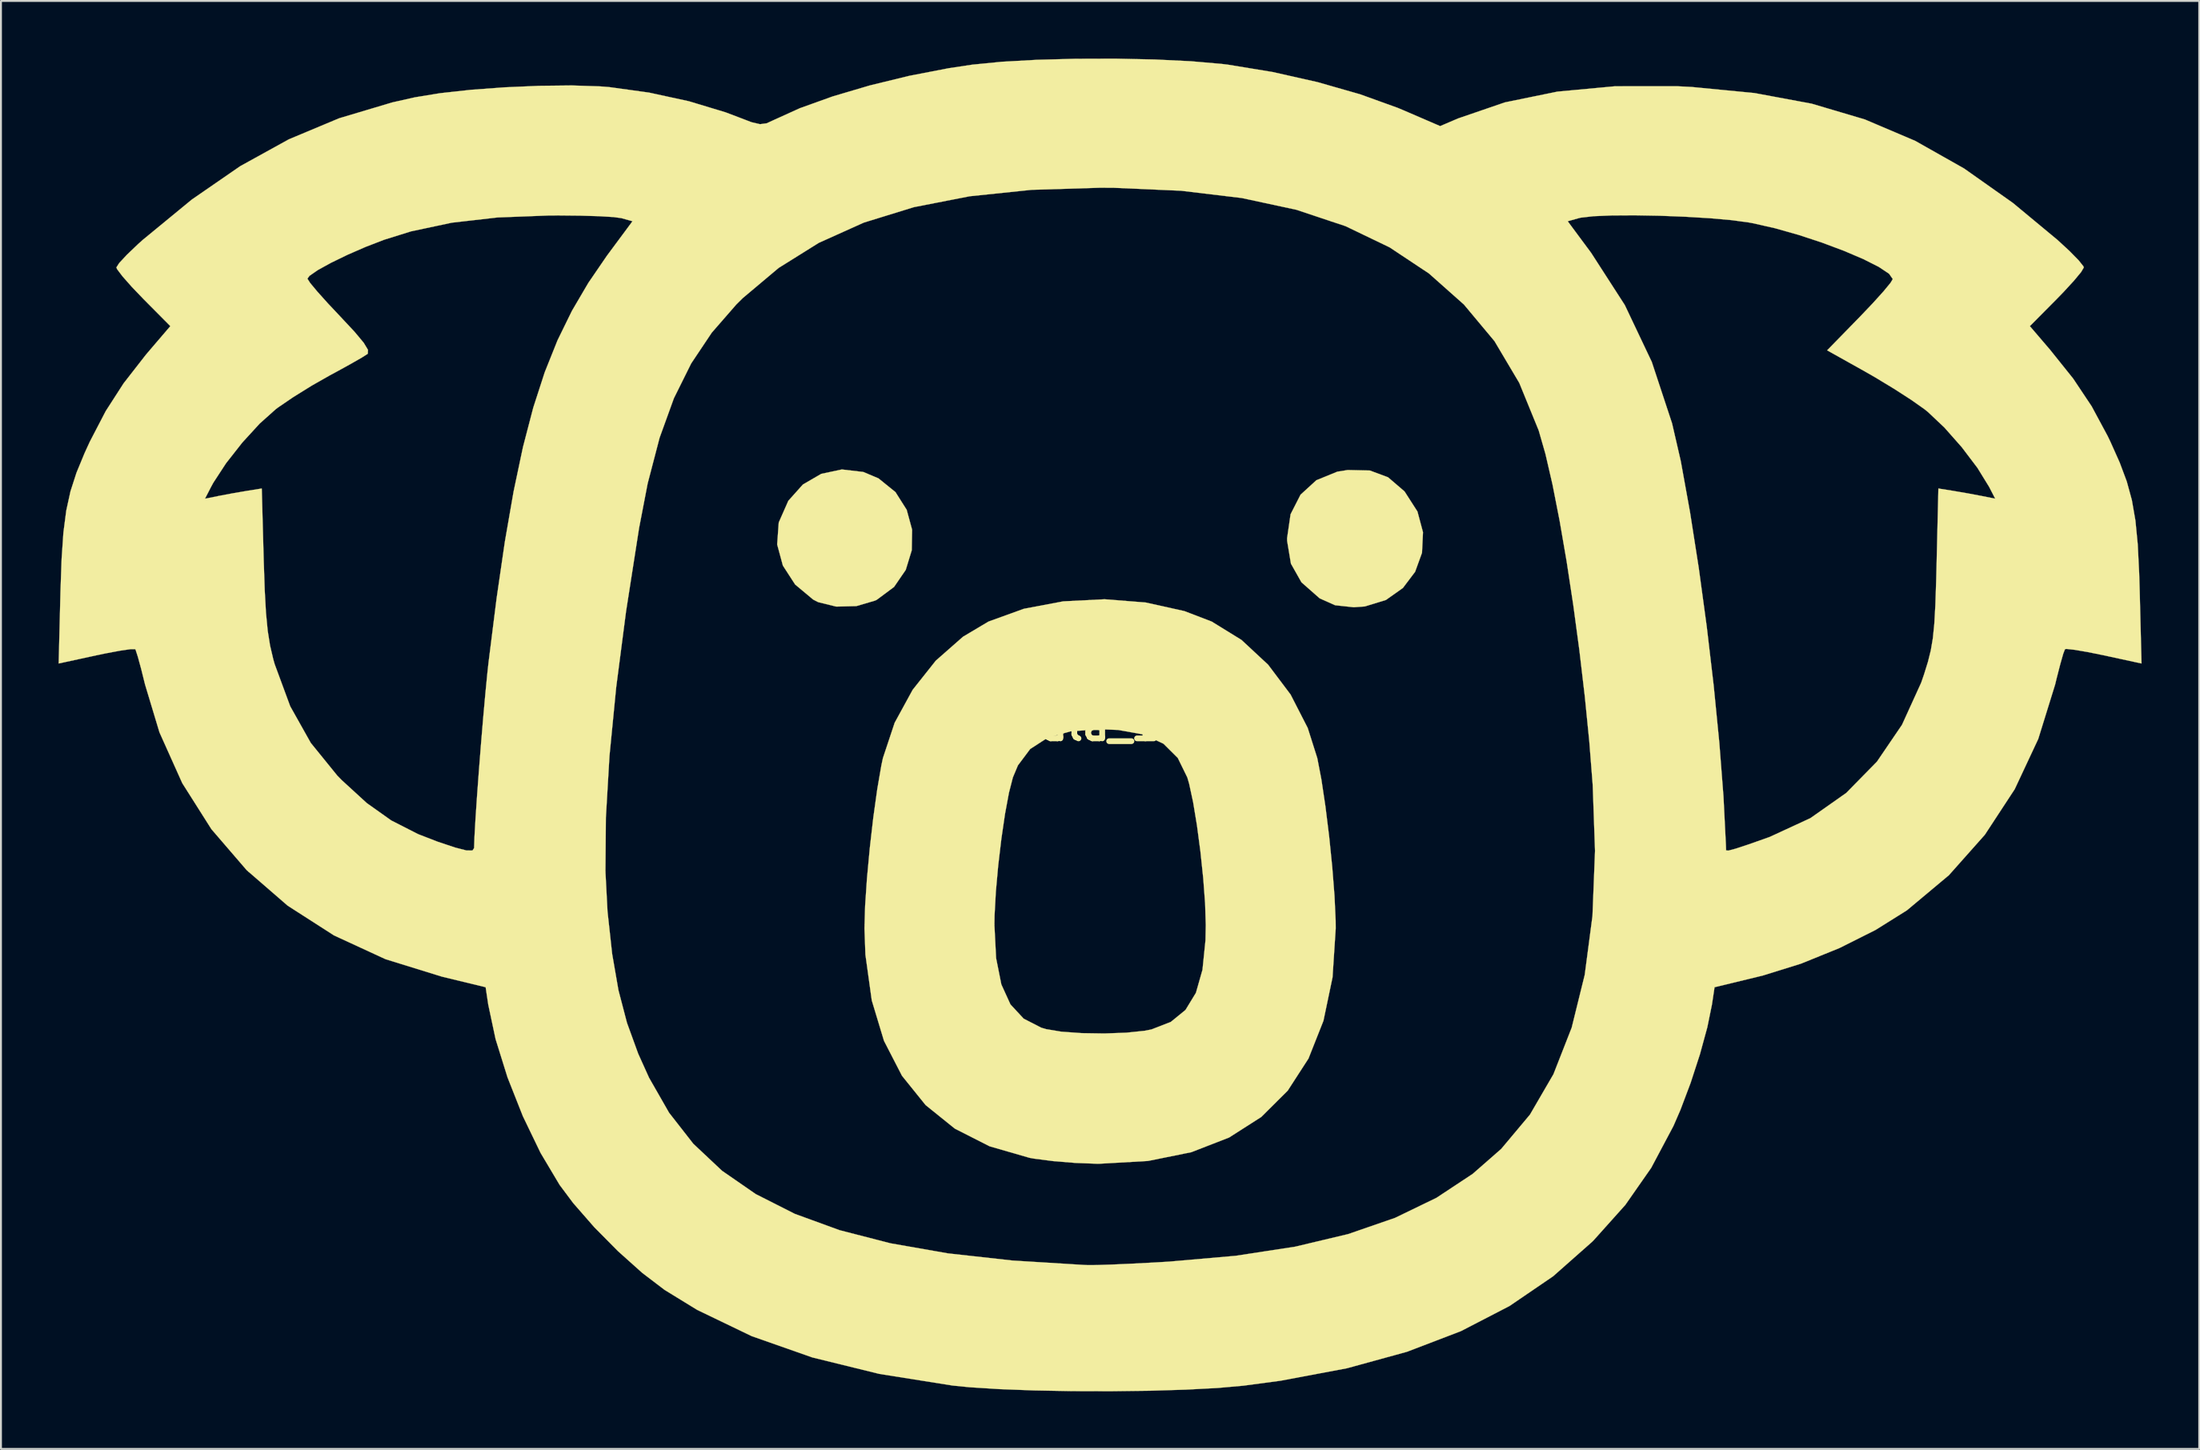
<source format=kicad_pcb>
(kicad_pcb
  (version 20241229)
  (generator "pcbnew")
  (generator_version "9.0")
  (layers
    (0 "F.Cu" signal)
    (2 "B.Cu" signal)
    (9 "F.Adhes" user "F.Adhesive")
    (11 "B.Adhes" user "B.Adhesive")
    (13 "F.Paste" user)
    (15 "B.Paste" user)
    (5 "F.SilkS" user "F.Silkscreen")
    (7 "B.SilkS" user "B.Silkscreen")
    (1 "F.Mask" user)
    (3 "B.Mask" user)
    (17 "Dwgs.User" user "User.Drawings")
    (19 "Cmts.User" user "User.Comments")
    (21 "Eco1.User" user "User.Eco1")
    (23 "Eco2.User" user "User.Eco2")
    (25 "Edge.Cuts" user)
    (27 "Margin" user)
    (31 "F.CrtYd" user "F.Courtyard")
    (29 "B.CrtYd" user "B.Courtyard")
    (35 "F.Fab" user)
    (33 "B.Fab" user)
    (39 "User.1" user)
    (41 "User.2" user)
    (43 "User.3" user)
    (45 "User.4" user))
  (footprint "Koala_120"
    (layer "F.Cu")
    (at 54.232 34.711)
    (property "Reference" "Koala_120" (at 0 0 0) (layer "F.SilkS") (effects (font (size 1.524 1.524) (thickness 0.3))))
    (attr through_hole)
    (fp_poly (pts (xy -12.328 -13.183) (xy -11.54 -12.851) (xy -10.654 -12.134) (xy -10.071 -11.214) (xy -9.789 -10.177) (xy -9.807 -9.106) (xy -10.12 -8.084) (xy -10.728 -7.197) (xy -11.628 -6.528) (xy -11.715 -6.486) (xy -12.691 -6.199) (xy -13.738 -6.173) (xy -14.681 -6.405) (xy -14.941 -6.539) (xy -15.88 -7.324) (xy -16.518 -8.31) (xy -16.815 -9.409) (xy -16.735 -10.534) (xy -16.724 -10.574) (xy -16.234 -11.683) (xy -15.475 -12.531) (xy -14.521 -13.085) (xy -13.447 -13.314) (xy -12.328 -13.183)) (stroke (width 0.01) (type solid)) (fill yes) (layer "F.SilkS"))
    (fp_poly (pts (xy 14.048 -13.259) (xy 14.993 -12.907) (xy 15.831 -12.189) (xy 15.867 -12.148) (xy 16.524 -11.125) (xy 16.813 -10.045) (xy 16.762 -8.975) (xy 16.403 -7.985) (xy 15.767 -7.143) (xy 14.883 -6.518) (xy 13.782 -6.18) (xy 13.208 -6.139) (xy 12.236 -6.244) (xy 11.455 -6.592) (xy 11.413 -6.62) (xy 10.485 -7.437) (xy 9.937 -8.408) (xy 9.739 -9.591) (xy 9.737 -9.737) (xy 9.918 -10.982) (xy 10.437 -12) (xy 11.26 -12.753) (xy 12.35 -13.198) (xy 12.893 -13.285) (xy 14.048 -13.259)) (stroke (width 0.01) (type solid)) (fill yes) (layer "F.SilkS"))
    (fp_poly (pts (xy 2.371 -6.386) (xy 4.387 -5.939) (xy 5.812 -5.393) (xy 7.362 -4.437) (xy 8.75 -3.146) (xy 9.919 -1.593) (xy 10.811 0.147) (xy 11.309 1.717) (xy 11.522 2.823) (xy 11.732 4.223) (xy 11.926 5.788) (xy 12.088 7.388) (xy 12.206 8.895) (xy 12.265 10.179) (xy 12.269 10.583) (xy 12.103 13.134) (xy 11.63 15.395) (xy 10.851 17.362) (xy 9.77 19.033) (xy 8.391 20.405) (xy 6.716 21.475) (xy 4.748 22.24) (xy 2.491 22.696) (xy -0.053 22.841) (xy -0.177 22.84) (xy -1.284 22.798) (xy -2.435 22.704) (xy -3.427 22.576) (xy -3.675 22.532) (xy -5.758 21.93) (xy -7.564 21.012) (xy -9.085 19.786) (xy -10.316 18.259) (xy -11.253 16.44) (xy -11.889 14.334) (xy -12.22 11.951) (xy -12.269 10.583) (xy -12.264 10.406) (xy -5.503 10.406) (xy -5.415 12.133) (xy -5.142 13.503) (xy -4.668 14.543) (xy -3.98 15.285) (xy -3.063 15.756) (xy -2.814 15.83) (xy -2.019 15.963) (xy -0.956 16.039) (xy 0.223 16.057) (xy 1.366 16.016) (xy 2.322 15.916) (xy 2.674 15.846) (xy 3.68 15.456) (xy 4.446 14.832) (xy 4.99 13.939) (xy 5.331 12.74) (xy 5.488 11.2) (xy 5.503 10.406) (xy 5.468 9.284) (xy 5.37 7.972) (xy 5.224 6.581) (xy 5.044 5.223) (xy 4.844 4.012) (xy 4.638 3.057) (xy 4.542 2.724) (xy 4.045 1.709) (xy 3.302 0.97) (xy 2.279 0.491) (xy 0.942 0.251) (xy 0 0.214) (xy -1.536 0.322) (xy -2.739 0.659) (xy -3.641 1.244) (xy -4.278 2.095) (xy -4.542 2.724) (xy -4.745 3.515) (xy -4.95 4.618) (xy -5.141 5.92) (xy -5.305 7.308) (xy -5.428 8.672) (xy -5.495 9.9) (xy -5.503 10.406) (xy -12.264 10.406) (xy -12.236 9.419) (xy -12.139 7.982) (xy -11.992 6.402) (xy -11.809 4.809) (xy -11.603 3.331) (xy -11.39 2.097) (xy -11.309 1.717) (xy -10.697 -0.124) (xy -9.759 -1.841) (xy -8.554 -3.359) (xy -7.138 -4.604) (xy -5.812 -5.393) (xy -3.969 -6.059) (xy -1.917 -6.446) (xy 0.233 -6.555) (xy 2.371 -6.386)) (stroke (width 0.01) (type solid)) (fill yes) (layer "F.SilkS"))
    (fp_poly (pts (xy 2.844 -34.663) (xy 4.726 -34.572) (xy 6.33 -34.433) (xy 6.651 -34.394) (xy 8.978 -34.012) (xy 11.32 -33.485) (xy 13.54 -32.85) (xy 15.5 -32.143) (xy 15.809 -32.013) (xy 17.707 -31.194) (xy 18.643 -31.594) (xy 21.079 -32.43) (xy 23.815 -32.99) (xy 26.826 -33.27) (xy 30.089 -33.268) (xy 30.812 -33.231) (xy 34.071 -32.916) (xy 37.051 -32.362) (xy 39.818 -31.542) (xy 42.441 -30.426) (xy 44.988 -28.987) (xy 47.527 -27.195) (xy 49.857 -25.262) (xy 50.476 -24.691) (xy 50.949 -24.209) (xy 51.201 -23.893) (xy 51.223 -23.833) (xy 51.083 -23.595) (xy 50.705 -23.14) (xy 50.158 -22.545) (xy 49.818 -22.195) (xy 48.412 -20.778) (xy 49.468 -19.544) (xy 50.668 -18.046) (xy 51.628 -16.607) (xy 52.464 -15.054) (xy 52.604 -14.763) (xy 53.091 -13.673) (xy 53.459 -12.689) (xy 53.725 -11.715) (xy 53.909 -10.656) (xy 54.03 -9.415) (xy 54.105 -7.897) (xy 54.133 -6.95) (xy 54.227 -3.21) (xy 52.282 -3.632) (xy 51.43 -3.805) (xy 50.746 -3.922) (xy 50.326 -3.968) (xy 50.242 -3.957) (xy 50.152 -3.721) (xy 49.996 -3.174) (xy 49.802 -2.419) (xy 49.73 -2.118) (xy 48.85 0.719) (xy 47.624 3.336) (xy 46.069 5.709) (xy 44.198 7.814) (xy 42.027 9.63) (xy 41.984 9.661) (xy 40.377 10.666) (xy 38.499 11.608) (xy 36.501 12.419) (xy 34.536 13.031) (xy 34.275 13.096) (xy 31.995 13.648) (xy 31.859 14.552) (xy 31.618 15.733) (xy 31.233 17.141) (xy 30.75 18.626) (xy 30.218 20.036) (xy 29.854 20.874) (xy 28.697 23.053) (xy 27.349 24.984) (xy 25.699 26.826) (xy 25.628 26.898) (xy 23.59 28.699) (xy 21.319 30.248) (xy 18.79 31.556) (xy 15.976 32.633) (xy 12.851 33.491) (xy 9.389 34.141) (xy 7.461 34.398) (xy 6.122 34.517) (xy 4.465 34.604) (xy 2.584 34.661) (xy 0.577 34.686) (xy -1.46 34.681) (xy -3.431 34.645) (xy -5.24 34.577) (xy -6.79 34.479) (xy -7.673 34.392) (xy -11.498 33.784) (xy -14.987 32.926) (xy -18.145 31.816) (xy -20.98 30.451) (xy -22.676 29.41) (xy -23.84 28.524) (xy -25.101 27.395) (xy -26.339 26.144) (xy -27.434 24.89) (xy -28.142 23.943) (xy -29.134 22.277) (xy -30.057 20.363) (xy -30.856 18.341) (xy -31.477 16.35) (xy -31.859 14.552) (xy -31.995 13.648) (xy -34.275 13.096) (xy -37.208 12.188) (xy -39.891 10.95) (xy -42.306 9.399) (xy -44.35 7.628) (xy -25.757 7.628) (xy -25.648 9.712) (xy -25.407 11.913) (xy -25.079 13.806) (xy -24.636 15.501) (xy -24.051 17.11) (xy -23.485 18.363) (xy -22.442 20.186) (xy -21.183 21.798) (xy -19.685 23.207) (xy -17.93 24.421) (xy -15.896 25.45) (xy -13.563 26.301) (xy -10.911 26.984) (xy -7.92 27.508) (xy -4.568 27.88) (xy -0.836 28.111) (xy -0.635 28.119) (xy -0.174 28.116) (xy 0.619 28.09) (xy 1.653 28.044) (xy 2.838 27.982) (xy 3.598 27.937) (xy 7.062 27.634) (xy 10.16 27.159) (xy 12.918 26.503) (xy 15.361 25.658) (xy 17.513 24.616) (xy 19.4 23.369) (xy 20.887 22.067) (xy 22.383 20.282) (xy 23.606 18.178) (xy 24.556 15.753) (xy 25.234 13.007) (xy 25.638 9.939) (xy 25.771 6.548) (xy 25.65 3.108) (xy 25.473 0.853) (xy 25.238 -1.505) (xy 24.956 -3.9) (xy 24.637 -6.266) (xy 24.291 -8.537) (xy 23.927 -10.647) (xy 23.557 -12.532) (xy 23.189 -14.124) (xy 22.838 -15.346) (xy 21.826 -17.823) (xy 20.535 -19.998) (xy 18.945 -21.902) (xy 18.944 -21.903) (xy 17.12 -23.523) (xy 15.074 -24.881) (xy 12.784 -25.982) (xy 12.011 -26.24) (xy 24.348 -26.24) (xy 25.568 -24.595) (xy 27.322 -21.875) (xy 28.727 -18.914) (xy 29.783 -15.714) (xy 30.235 -13.754) (xy 30.718 -11.088) (xy 31.173 -8.182) (xy 31.587 -5.141) (xy 31.948 -2.072) (xy 32.243 0.918) (xy 32.46 3.724) (xy 32.586 6.239) (xy 32.595 6.523) (xy 32.714 6.534) (xy 33.097 6.432) (xy 33.787 6.204) (xy 34.828 5.836) (xy 34.87 5.821) (xy 36.986 4.843) (xy 38.851 3.531) (xy 40.448 1.904) (xy 41.755 -0.017) (xy 42.755 -2.212) (xy 42.904 -2.646) (xy 43.105 -3.292) (xy 43.254 -3.89) (xy 43.362 -4.525) (xy 43.438 -5.282) (xy 43.492 -6.246) (xy 43.534 -7.503) (xy 43.555 -8.331) (xy 43.65 -12.323) (xy 44.42 -12.2) (xy 45.178 -12.07) (xy 45.9 -11.934) (xy 46.609 -11.792) (xy 46.288 -12.414) (xy 45.683 -13.397) (xy 44.868 -14.473) (xy 43.966 -15.494) (xy 43.098 -16.314) (xy 42.919 -16.457) (xy 42.235 -16.939) (xy 41.326 -17.525) (xy 40.337 -18.123) (xy 39.831 -18.413) (xy 37.857 -19.518) (xy 39.566 -21.269) (xy 40.241 -21.978) (xy 40.791 -22.587) (xy 41.155 -23.029) (xy 41.275 -23.228) (xy 41.081 -23.507) (xy 40.546 -23.863) (xy 39.738 -24.271) (xy 38.724 -24.703) (xy 37.575 -25.133) (xy 36.357 -25.533) (xy 35.14 -25.877) (xy 33.991 -26.137) (xy 33.789 -26.174) (xy 32.895 -26.296) (xy 31.762 -26.397) (xy 30.48 -26.474) (xy 29.141 -26.526) (xy 27.836 -26.549) (xy 26.655 -26.542) (xy 25.691 -26.502) (xy 25.034 -26.427) (xy 24.927 -26.402) (xy 24.348 -26.24) (xy 12.011 -26.24) (xy 10.226 -26.836) (xy 7.379 -27.449) (xy 4.219 -27.828) (xy 0.723 -27.981) (xy 0 -27.985) (xy -3.564 -27.876) (xy -6.788 -27.541) (xy -9.695 -26.974) (xy -12.307 -26.168) (xy -14.647 -25.115) (xy -16.739 -23.808) (xy -18.605 -22.239) (xy -18.944 -21.903) (xy -20.219 -20.44) (xy -21.293 -18.833) (xy -22.191 -17.025) (xy -22.938 -14.962) (xy -23.558 -12.587) (xy -24.005 -10.266) (xy -24.682 -5.932) (xy -25.197 -1.972) (xy -25.547 1.61) (xy -25.734 4.811) (xy -25.757 7.628) (xy -44.35 7.628) (xy -44.439 7.55) (xy -46.273 5.419) (xy -47.791 3.022) (xy -48.979 0.375) (xy -49.73 -2.118) (xy -49.93 -2.923) (xy -50.103 -3.556) (xy -50.219 -3.915) (xy -50.242 -3.957) (xy -50.477 -3.957) (xy -51.028 -3.877) (xy -51.8 -3.733) (xy -52.282 -3.632) (xy -54.227 -3.21) (xy -54.133 -6.95) (xy -54.074 -8.653) (xy -53.98 -10.028) (xy -53.832 -11.171) (xy -53.696 -11.792) (xy -46.609 -11.792) (xy -45.9 -11.934) (xy -45.168 -12.072) (xy -44.421 -12.2) (xy -43.652 -12.323) (xy -43.549 -8.543) (xy -43.498 -7.03) (xy -43.433 -5.852) (xy -43.343 -4.919) (xy -43.22 -4.144) (xy -43.054 -3.436) (xy -42.981 -3.178) (xy -42.171 -0.983) (xy -41.099 0.927) (xy -39.72 2.627) (xy -39.484 2.868) (xy -38.181 4.061) (xy -36.907 4.965) (xy -35.514 5.675) (xy -34.506 6.066) (xy -33.583 6.375) (xy -32.994 6.526) (xy -32.683 6.53) (xy -32.596 6.403) (xy -32.575 5.804) (xy -32.522 4.873) (xy -32.443 3.697) (xy -32.345 2.366) (xy -32.235 0.968) (xy -32.12 -0.407) (xy -32.006 -1.672) (xy -31.902 -2.737) (xy -31.842 -3.281) (xy -31.423 -6.611) (xy -30.993 -9.559) (xy -30.539 -12.168) (xy -30.051 -14.479) (xy -29.515 -16.534) (xy -28.919 -18.374) (xy -28.251 -20.042) (xy -27.498 -21.58) (xy -26.648 -23.029) (xy -25.689 -24.431) (xy -25.568 -24.595) (xy -24.348 -26.24) (xy -24.927 -26.402) (xy -25.34 -26.458) (xy -26.084 -26.502) (xy -27.068 -26.531) (xy -28.198 -26.542) (xy -28.681 -26.54) (xy -31.378 -26.437) (xy -33.754 -26.165) (xy -35.88 -25.713) (xy -37.282 -25.276) (xy -38.243 -24.905) (xy -39.192 -24.491) (xy -40.049 -24.075) (xy -40.734 -23.697) (xy -41.166 -23.398) (xy -41.275 -23.249) (xy -41.136 -23.031) (xy -40.76 -22.578) (xy -40.204 -21.959) (xy -39.579 -21.295) (xy -38.818 -20.48) (xy -38.342 -19.909) (xy -38.122 -19.544) (xy -38.13 -19.344) (xy -38.151 -19.325) (xy -38.449 -19.137) (xy -39.02 -18.81) (xy -39.762 -18.401) (xy -40.111 -18.213) (xy -41.049 -17.68) (xy -42.001 -17.089) (xy -42.791 -16.551) (xy -42.919 -16.456) (xy -43.761 -15.703) (xy -44.666 -14.715) (xy -45.511 -13.639) (xy -46.175 -12.622) (xy -46.288 -12.414) (xy -46.609 -11.792) (xy -53.696 -11.792) (xy -53.611 -12.179) (xy -53.299 -13.146) (xy -52.877 -14.167) (xy -52.604 -14.763) (xy -51.777 -16.353) (xy -50.846 -17.799) (xy -49.696 -19.275) (xy -49.468 -19.544) (xy -48.412 -20.778) (xy -49.818 -22.195) (xy -50.429 -22.833) (xy -50.905 -23.373) (xy -51.181 -23.737) (xy -51.223 -23.833) (xy -51.074 -24.065) (xy -50.676 -24.493) (xy -50.104 -25.04) (xy -49.857 -25.262) (xy -47.291 -27.371) (xy -44.774 -29.108) (xy -42.24 -30.507) (xy -39.623 -31.602) (xy -36.855 -32.428) (xy -35.674 -32.694) (xy -34.366 -32.908) (xy -32.764 -33.084) (xy -31.001 -33.214) (xy -29.205 -33.292) (xy -27.508 -33.311) (xy -26.037 -33.263) (xy -25.562 -33.226) (xy -23.486 -32.939) (xy -21.409 -32.488) (xy -19.505 -31.913) (xy -18.832 -31.658) (xy -18.148 -31.396) (xy -17.706 -31.294) (xy -17.363 -31.34) (xy -17.021 -31.497) (xy -15.634 -32.126) (xy -13.924 -32.74) (xy -11.993 -33.311) (xy -9.942 -33.811) (xy -7.87 -34.211) (xy -6.651 -34.394) (xy -5.128 -34.544) (xy -3.301 -34.646) (xy -1.285 -34.7) (xy 0.802 -34.706) (xy 2.844 -34.663)) (stroke (width 0.01) (type solid)) (fill yes) (layer "F.SilkS")))
  (gr_rect
    (start -3 -3)
    (end 111.464 72.402)
    (stroke (width 0.1) (type default))
    (fill no)
    (layer "Edge.Cuts")))
</source>
